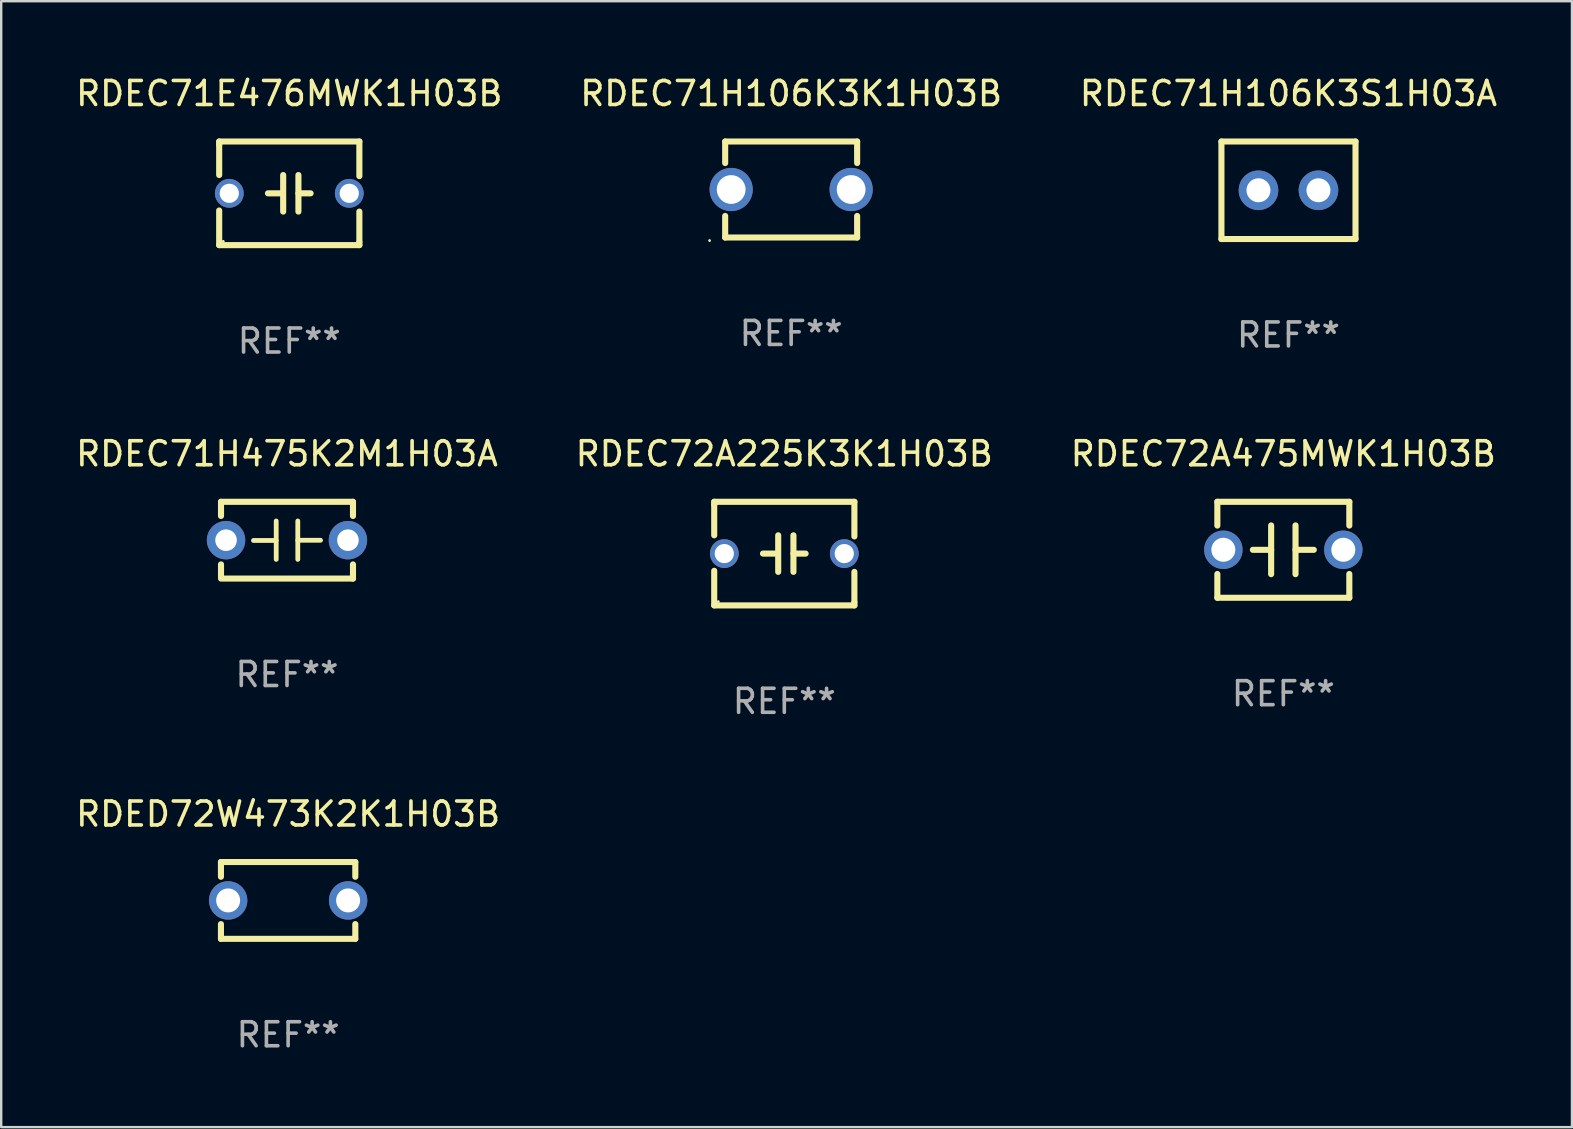
<source format=kicad_pcb>
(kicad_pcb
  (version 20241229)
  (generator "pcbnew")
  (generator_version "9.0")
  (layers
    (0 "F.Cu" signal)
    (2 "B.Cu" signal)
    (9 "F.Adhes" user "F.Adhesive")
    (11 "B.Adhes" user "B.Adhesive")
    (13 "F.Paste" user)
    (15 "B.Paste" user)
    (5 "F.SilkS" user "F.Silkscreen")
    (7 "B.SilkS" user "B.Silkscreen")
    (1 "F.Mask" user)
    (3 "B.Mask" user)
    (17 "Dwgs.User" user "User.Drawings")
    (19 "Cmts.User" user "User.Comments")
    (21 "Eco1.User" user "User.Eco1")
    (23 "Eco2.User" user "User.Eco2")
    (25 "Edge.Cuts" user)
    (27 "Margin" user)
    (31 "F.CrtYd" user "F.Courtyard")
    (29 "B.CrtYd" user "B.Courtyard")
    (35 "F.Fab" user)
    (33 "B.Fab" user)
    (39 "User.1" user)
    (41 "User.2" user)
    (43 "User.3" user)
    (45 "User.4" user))
  (footprint "RDEC72A225K3K1H03B"
    (layer "F.Cu")
    (at 29.637 20.022)
    (property "Reference" "RDEC72A225K3K1H03B" (at 0 -4.159 0) (layer "F.SilkS") (effects (font (size 1 1) (thickness 0.15))))
    (attr through_hole)
    (fp_line (start -2.921 -2.159) (end 2.921 -2.159) (stroke (width 0.254) (type solid)) (layer "F.SilkS"))
    (fp_line (start -2.921 -2.032) (end -2.921 -2.159) (stroke (width 0.254) (type solid)) (layer "F.SilkS"))
    (fp_line (start -2.921 -0.762) (end -2.921 -2.032) (stroke (width 0.254) (type solid)) (layer "F.SilkS"))
    (fp_line (start -2.921 2.159) (end -2.921 0.716) (stroke (width 0.254) (type solid)) (layer "F.SilkS"))
    (fp_line (start -0.381 -0.000025) (end -0.889 -0.000025) (stroke (width 0.254) (type solid)) (layer "F.SilkS"))
    (fp_line (start -0.254 -0.762) (end -0.254 0.762) (stroke (width 0.254) (type solid)) (layer "F.SilkS"))
    (fp_line (start 0.381 -0.762) (end 0.381 0.762) (stroke (width 0.254) (type solid)) (layer "F.SilkS"))
    (fp_line (start 0.381 0.000025) (end 0.889 0.000025) (stroke (width 0.254) (type solid)) (layer "F.SilkS"))
    (fp_line (start 2.921 -2.159) (end 2.921 -0.716) (stroke (width 0.254) (type solid)) (layer "F.SilkS"))
    (fp_line (start 2.921 0.762) (end 2.921 2.032) (stroke (width 0.254) (type solid)) (layer "F.SilkS"))
    (fp_line (start 2.921 2.032) (end 2.921 2.159) (stroke (width 0.254) (type solid)) (layer "F.SilkS"))
    (fp_line (start 2.921 2.159) (end -2.921 2.159) (stroke (width 0.254) (type solid)) (layer "F.SilkS"))
    (fp_circle (center -2.75 2) (end -2.72 2) (stroke (width 0.06) (type solid)) (fill no) (layer "F.SilkS"))
    (fp_text user "REF**" (at 0 6.159 0) (layer "F.Fab") (effects (font (size 1 1) (thickness 0.15))))
    (pad "1" thru_hole circle (at -2.5 0) (size 1.2 1.2) (drill 0.8) (layers "*.Cu" "*.Mask"))
    (pad "2" thru_hole circle (at 2.5 0) (size 1.2 1.2) (drill 0.8) (layers "*.Cu" "*.Mask")))
  (footprint "RDEC71H106K3K1H03B"
    (layer "F.Cu")
    (at 29.923 4.848)
    (property "Reference" "RDEC71H106K3K1H03B" (at 0 -4 0) (layer "F.SilkS") (effects (font (size 1 1) (thickness 0.15))))
    (attr through_hole)
    (fp_line (start -2.75 -2) (end -2.75 -1.103) (stroke (width 0.254) (type solid)) (layer "F.SilkS"))
    (fp_line (start -2.75 -2) (end 2.75 -2) (stroke (width 0.254) (type solid)) (layer "F.SilkS"))
    (fp_line (start -2.75 1.103) (end -2.75 2) (stroke (width 0.254) (type solid)) (layer "F.SilkS"))
    (fp_line (start 2.75 -2) (end 2.75 -1.103) (stroke (width 0.254) (type solid)) (layer "F.SilkS"))
    (fp_line (start 2.75 1.103) (end 2.75 2) (stroke (width 0.254) (type solid)) (layer "F.SilkS"))
    (fp_line (start 2.75 2) (end -2.75 2) (stroke (width 0.254) (type solid)) (layer "F.SilkS"))
    (fp_circle (center -3.4 2.127) (end -3.37 2.127) (stroke (width 0.06) (type solid)) (fill no) (layer "F.SilkS"))
    (fp_text user "REF**" (at 0 6 0) (layer "F.Fab") (effects (font (size 1 1) (thickness 0.15))))
    (pad "1" thru_hole circle (at -2.5 0) (size 1.8 1.8) (drill 1.2) (layers "*.Cu" "*.Mask"))
    (pad "2" thru_hole circle (at 2.5 0) (size 1.8 1.8) (drill 1.2) (layers "*.Cu" "*.Mask")))
  (footprint "RDEC72A475MWK1H03B"
    (layer "F.Cu")
    (at 50.435 19.863)
    (property "Reference" "RDEC72A475MWK1H03B" (at 0 -4 0) (layer "F.SilkS") (effects (font (size 1 1) (thickness 0.15))))
    (attr through_hole)
    (fp_line (start -2.75 -2) (end -2.75 -1.009) (stroke (width 0.254) (type solid)) (layer "F.SilkS"))
    (fp_line (start -2.75 -2) (end 2.75 -2) (stroke (width 0.254) (type solid)) (layer "F.SilkS"))
    (fp_line (start -2.75 1.009) (end -2.75 2) (stroke (width 0.254) (type solid)) (layer "F.SilkS"))
    (fp_line (start -0.508 -1.016) (end -0.508 1.016) (stroke (width 0.254) (type solid)) (layer "F.SilkS"))
    (fp_line (start -0.508 0.002) (end -1.27 0.002) (stroke (width 0.254) (type solid)) (layer "F.SilkS"))
    (fp_line (start 0.508 0.002) (end 1.27 0.002) (stroke (width 0.254) (type solid)) (layer "F.SilkS"))
    (fp_line (start 0.508 1.016) (end 0.508 -1.016) (stroke (width 0.254) (type solid)) (layer "F.SilkS"))
    (fp_line (start 2.75 2) (end -2.75 2) (stroke (width 0.254) (type solid)) (layer "F.SilkS"))
    (fp_line (start 2.75 -2) (end 2.75 -1.009) (stroke (width 0.254) (type solid)) (layer "F.SilkS"))
    (fp_line (start 2.75 1.009) (end 2.75 2) (stroke (width 0.254) (type solid)) (layer "F.SilkS"))
    (fp_circle (center -2.75 2) (end -2.72 2) (stroke (width 0.06) (type solid)) (fill no) (layer "F.SilkS"))
    (fp_text user "REF**" (at 0 6 0) (layer "F.Fab") (effects (font (size 1 1) (thickness 0.15))))
    (pad "1" thru_hole circle (at -2.5 0) (size 1.6 1.6) (drill 1) (layers "*.Cu" "*.Mask"))
    (pad "2" thru_hole circle (at 2.5 0) (size 1.6 1.6) (drill 1) (layers "*.Cu" "*.Mask")))
  (footprint "RDEC71E476MWK1H03B"
    (layer "F.Cu")
    (at 9.006 5.007)
    (property "Reference" "RDEC71E476MWK1H03B" (at 0 -4.159 0) (layer "F.SilkS") (effects (font (size 1 1) (thickness 0.15))))
    (attr through_hole)
    (fp_line (start -2.921 -2.159) (end 2.921 -2.159) (stroke (width 0.254) (type solid)) (layer "F.SilkS"))
    (fp_line (start -2.921 -2.032) (end -2.921 -2.159) (stroke (width 0.254) (type solid)) (layer "F.SilkS"))
    (fp_line (start -2.921 -0.762) (end -2.921 -2.032) (stroke (width 0.254) (type solid)) (layer "F.SilkS"))
    (fp_line (start -2.921 2.159) (end -2.921 0.716) (stroke (width 0.254) (type solid)) (layer "F.SilkS"))
    (fp_line (start -0.381 -0.000025) (end -0.889 -0.000025) (stroke (width 0.254) (type solid)) (layer "F.SilkS"))
    (fp_line (start -0.254 -0.762) (end -0.254 0.762) (stroke (width 0.254) (type solid)) (layer "F.SilkS"))
    (fp_line (start 0.381 -0.762) (end 0.381 0.762) (stroke (width 0.254) (type solid)) (layer "F.SilkS"))
    (fp_line (start 0.381 0.000025) (end 0.889 0.000025) (stroke (width 0.254) (type solid)) (layer "F.SilkS"))
    (fp_line (start 2.921 -2.159) (end 2.921 -0.716) (stroke (width 0.254) (type solid)) (layer "F.SilkS"))
    (fp_line (start 2.921 0.762) (end 2.921 2.032) (stroke (width 0.254) (type solid)) (layer "F.SilkS"))
    (fp_line (start 2.921 2.032) (end 2.921 2.159) (stroke (width 0.254) (type solid)) (layer "F.SilkS"))
    (fp_line (start 2.921 2.159) (end -2.921 2.159) (stroke (width 0.254) (type solid)) (layer "F.SilkS"))
    (fp_circle (center -2.75 2) (end -2.72 2) (stroke (width 0.06) (type solid)) (fill no) (layer "F.SilkS"))
    (fp_text user "REF**" (at 0 6.159 0) (layer "F.Fab") (effects (font (size 1 1) (thickness 0.15))))
    (pad "1" thru_hole circle (at -2.5 0) (size 1.2 1.2) (drill 0.8) (layers "*.Cu" "*.Mask"))
    (pad "2" thru_hole circle (at 2.5 0) (size 1.2 1.2) (drill 0.8) (layers "*.Cu" "*.Mask")))
  (footprint "RDEC71H475K2M1H03A"
    (layer "F.Cu")
    (at 8.911 19.463)
    (property "Reference" "RDEC71H475K2M1H03A" (at 0 -3.6 0) (layer "F.SilkS") (effects (font (size 1 1) (thickness 0.15))))
    (attr through_hole)
    (fp_line (start -2.75 -1.6) (end -2.75 -1.009) (stroke (width 0.254) (type solid)) (layer "F.SilkS"))
    (fp_line (start -2.75 -1.6) (end 2.75 -1.6) (stroke (width 0.254) (type solid)) (layer "F.SilkS"))
    (fp_line (start -2.75 1.009) (end -2.75 1.524) (stroke (width 0.254) (type solid)) (layer "F.SilkS"))
    (fp_line (start -2.75 1.6) (end 2.75 1.6) (stroke (width 0.254) (type solid)) (layer "F.SilkS"))
    (fp_line (start -0.45 -0.8) (end -0.45 0.8) (stroke (width 0.2) (type solid)) (layer "F.SilkS"))
    (fp_line (start -0.45 0.013) (end -1.397 0.013) (stroke (width 0.2) (type solid)) (layer "F.SilkS"))
    (fp_line (start 0.45 0.003) (end 1.397 0.003) (stroke (width 0.2) (type solid)) (layer "F.SilkS"))
    (fp_line (start 0.45 0.8) (end 0.45 -0.8) (stroke (width 0.2) (type solid)) (layer "F.SilkS"))
    (fp_line (start 2.75 -1.6) (end 2.75 -1.009) (stroke (width 0.254) (type solid)) (layer "F.SilkS"))
    (fp_line (start 2.75 1.009) (end 2.75 1.6) (stroke (width 0.254) (type solid)) (layer "F.SilkS"))
    (fp_circle (center -2.79 1.6) (end -2.76 1.6) (stroke (width 0.06) (type solid)) (fill no) (layer "F.SilkS"))
    (fp_text user "REF**" (at 0 5.6 0) (layer "F.Fab") (effects (font (size 1 1) (thickness 0.15))))
    (pad "1" thru_hole circle (at -2.54 0) (size 1.6 1.6) (drill 0.9) (layers "*.Cu" "*.Mask"))
    (pad "2" thru_hole circle (at 2.54 0) (size 1.6 1.6) (drill 0.9) (layers "*.Cu" "*.Mask")))
  (footprint "RDEC71H106K3S1H03A"
    (layer "F.Cu")
    (at 50.649 4.88)
    (property "Reference" "RDEC71H106K3S1H03A" (at 0 -4.032 0) (layer "F.SilkS") (effects (font (size 1 1) (thickness 0.15))))
    (attr through_hole)
    (fp_line (start -2.794 -2.032) (end -2.794 2.032) (stroke (width 0.254) (type solid)) (layer "F.SilkS"))
    (fp_line (start -2.794 2.032) (end 2.794 2.032) (stroke (width 0.254) (type solid)) (layer "F.SilkS"))
    (fp_line (start 2.794 -2.032) (end -2.794 -2.032) (stroke (width 0.254) (type solid)) (layer "F.SilkS"))
    (fp_line (start 2.794 2.032) (end 2.794 -2.032) (stroke (width 0.254) (type solid)) (layer "F.SilkS"))
    (fp_circle (center -2.75 2) (end -2.72 2) (stroke (width 0.06) (type solid)) (fill no) (layer "F.SilkS"))
    (fp_text user "REF**" (at 0 6.032 0) (layer "F.Fab") (effects (font (size 1 1) (thickness 0.15))))
    (pad "1" thru_hole circle (at -1.25 0) (size 1.65 1.65) (drill 1) (layers "*.Cu" "*.Mask"))
    (pad "2" thru_hole circle (at 1.25 0) (size 1.65 1.65) (drill 1) (layers "*.Cu" "*.Mask")))
  (footprint "RDED72W473K2K1H03B"
    (layer "F.Cu")
    (at 8.958 34.477)
    (property "Reference" "RDED72W473K2K1H03B" (at 0 -3.6 0) (layer "F.SilkS") (effects (font (size 1 1) (thickness 0.15))))
    (attr through_hole)
    (fp_line (start -2.8 -1.6) (end 2.8 -1.6) (stroke (width 0.254) (type solid)) (layer "F.SilkS"))
    (fp_line (start -2.8 -0.986) (end -2.8 -1.6) (stroke (width 0.254) (type solid)) (layer "F.SilkS"))
    (fp_line (start -2.8 1.6) (end -2.8 0.986) (stroke (width 0.254) (type solid)) (layer "F.SilkS"))
    (fp_line (start 2.8 -1.6) (end 2.8 -0.986) (stroke (width 0.254) (type solid)) (layer "F.SilkS"))
    (fp_line (start 2.8 0.986) (end 2.8 1.6) (stroke (width 0.254) (type solid)) (layer "F.SilkS"))
    (fp_line (start 2.8 1.6) (end -2.8 1.6) (stroke (width 0.254) (type solid)) (layer "F.SilkS"))
    (fp_circle (center -2.8 1.6) (end -2.77 1.6) (stroke (width 0.06) (type solid)) (fill no) (layer "F.SilkS"))
    (fp_text user "REF**" (at 0 5.6 0) (layer "F.Fab") (effects (font (size 1 1) (thickness 0.15))))
    (pad "1" thru_hole circle (at -2.5 0) (size 1.6 1.6) (drill 1) (layers "*.Cu" "*.Mask"))
    (pad "2" thru_hole circle (at 2.5 0) (size 1.6 1.6) (drill 1) (layers "*.Cu" "*.Mask")))
  (gr_rect
    (start -3 -3)
    (end 62.464 43.926)
    (stroke (width 0.1) (type default))
    (fill no)
    (layer "Edge.Cuts")))
</source>
